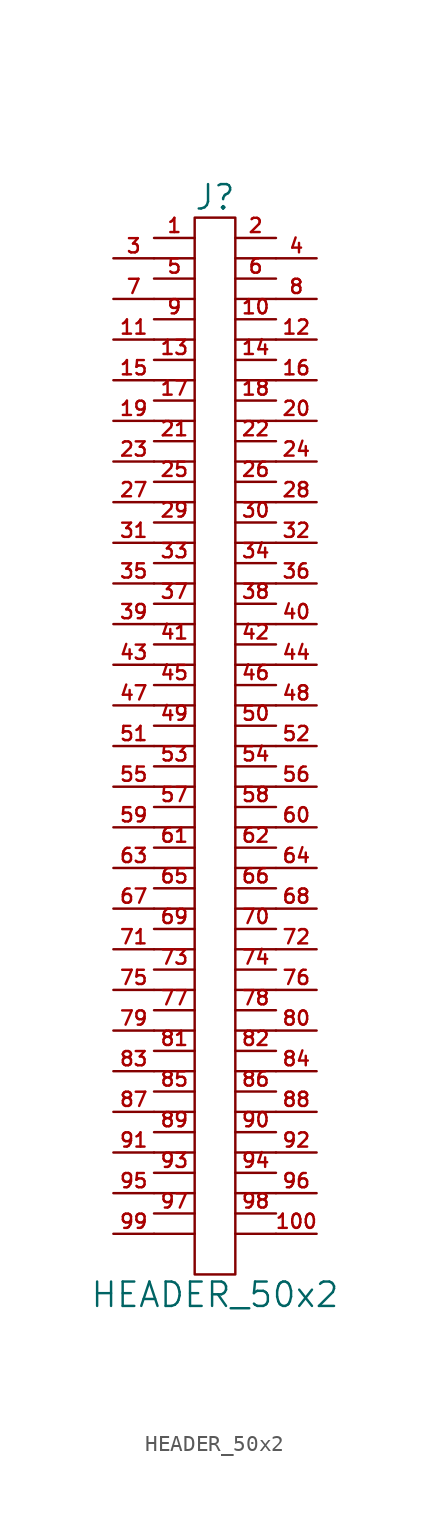
<source format=kicad_sym>
(kicad_symbol_lib
  (version 20211014)
  (generator kicad_symbol_editor)
  (symbol "HEADER_50x2"
    (pin_names
      (offset 0))
    (property "Reference" "J"
      (at 0 34.29 0)
      (effects (font (size 1.524 1.524))))
    (property "Value" "HEADER_50x2"
      (at 0 -34.29 0)
      (effects (font (size 1.524 1.524))))
    (property "Footprint" ""
      (at 0 7.62 0)
      (effects (font (size 1.524 1.524))))
    (property "Datasheet" ""
      (at 0 7.62 0)
      (effects (font (size 1.524 1.524))))
    (symbol "HEADER_50x2_0_1"
      (rectangle (start -1.27 33.02) (end 1.27 -33.02) (stroke (width 0) (type default) (color 0 0 0 0)) (fill (type none)))
      (polyline (pts (xy -3.81 -30.48) (xy -1.27 -30.48)) (stroke (width 0) (type default) (color 0 0 0 0)) (fill (type none)))
      (polyline (pts (xy -3.81 -27.94) (xy -1.27 -27.94)) (stroke (width 0) (type default) (color 0 0 0 0)) (fill (type none)))
      (polyline (pts (xy -3.81 -25.4) (xy -1.27 -25.4)) (stroke (width 0) (type default) (color 0 0 0 0)) (fill (type none)))
      (polyline (pts (xy -3.81 -22.86) (xy -1.27 -22.86)) (stroke (width 0) (type default) (color 0 0 0 0)) (fill (type none)))
      (polyline (pts (xy -3.81 -20.32) (xy -1.27 -20.32)) (stroke (width 0) (type default) (color 0 0 0 0)) (fill (type none)))
      (polyline (pts (xy -3.81 -17.78) (xy -1.27 -17.78)) (stroke (width 0) (type default) (color 0 0 0 0)) (fill (type none)))
      (polyline (pts (xy -3.81 -15.24) (xy -1.27 -15.24)) (stroke (width 0) (type default) (color 0 0 0 0)) (fill (type none)))
      (polyline (pts (xy -3.81 -12.7) (xy -1.27 -12.7)) (stroke (width 0) (type default) (color 0 0 0 0)) (fill (type none)))
      (polyline (pts (xy -3.81 -10.16) (xy -1.27 -10.16)) (stroke (width 0) (type default) (color 0 0 0 0)) (fill (type none)))
      (polyline (pts (xy -3.81 -7.62) (xy -1.27 -7.62)) (stroke (width 0) (type default) (color 0 0 0 0)) (fill (type none)))
      (polyline (pts (xy -3.81 -5.08) (xy -1.27 -5.08)) (stroke (width 0) (type default) (color 0 0 0 0)) (fill (type none)))
      (polyline (pts (xy -3.81 -2.54) (xy -1.27 -2.54)) (stroke (width 0) (type default) (color 0 0 0 0)) (fill (type none)))
      (polyline (pts (xy -3.81 0) (xy -1.27 0)) (stroke (width 0) (type default) (color 0 0 0 0)) (fill (type none)))
      (polyline (pts (xy -3.81 2.54) (xy -1.27 2.54)) (stroke (width 0) (type default) (color 0 0 0 0)) (fill (type none)))
      (polyline (pts (xy -3.81 5.08) (xy -1.27 5.08)) (stroke (width 0) (type default) (color 0 0 0 0)) (fill (type none)))
      (polyline (pts (xy -3.81 7.62) (xy -1.27 7.62)) (stroke (width 0) (type default) (color 0 0 0 0)) (fill (type none)))
      (polyline (pts (xy -3.81 10.16) (xy -1.27 10.16)) (stroke (width 0) (type default) (color 0 0 0 0)) (fill (type none)))
      (polyline (pts (xy -3.81 12.7) (xy -1.27 12.7)) (stroke (width 0) (type default) (color 0 0 0 0)) (fill (type none)))
      (polyline (pts (xy -3.81 15.24) (xy -1.27 15.24)) (stroke (width 0) (type default) (color 0 0 0 0)) (fill (type none)))
      (polyline (pts (xy -3.81 17.78) (xy -1.27 17.78)) (stroke (width 0) (type default) (color 0 0 0 0)) (fill (type none)))
      (polyline (pts (xy -3.81 20.32) (xy -1.27 20.32)) (stroke (width 0) (type default) (color 0 0 0 0)) (fill (type none)))
      (polyline (pts (xy -3.81 22.86) (xy -1.27 22.86)) (stroke (width 0) (type default) (color 0 0 0 0)) (fill (type none)))
      (polyline (pts (xy -3.81 25.4) (xy -1.27 25.4)) (stroke (width 0) (type default) (color 0 0 0 0)) (fill (type none)))
      (polyline (pts (xy -3.81 27.94) (xy -1.27 27.94)) (stroke (width 0) (type default) (color 0 0 0 0)) (fill (type none)))
      (polyline (pts (xy -3.81 30.48) (xy -1.27 30.48)) (stroke (width 0) (type default) (color 0 0 0 0)) (fill (type none)))
      (polyline (pts (xy 1.27 -30.48) (xy 3.81 -30.48)) (stroke (width 0) (type default) (color 0 0 0 0)) (fill (type none)))
      (polyline (pts (xy 1.27 -27.94) (xy 3.81 -27.94)) (stroke (width 0) (type default) (color 0 0 0 0)) (fill (type none)))
      (polyline (pts (xy 1.27 -25.4) (xy 3.81 -25.4)) (stroke (width 0) (type default) (color 0 0 0 0)) (fill (type none)))
      (polyline (pts (xy 1.27 -22.86) (xy 3.81 -22.86)) (stroke (width 0) (type default) (color 0 0 0 0)) (fill (type none)))
      (polyline (pts (xy 1.27 -20.32) (xy 3.81 -20.32)) (stroke (width 0) (type default) (color 0 0 0 0)) (fill (type none)))
      (polyline (pts (xy 1.27 -17.78) (xy 3.81 -17.78)) (stroke (width 0) (type default) (color 0 0 0 0)) (fill (type none)))
      (polyline (pts (xy 1.27 -15.24) (xy 3.81 -15.24)) (stroke (width 0) (type default) (color 0 0 0 0)) (fill (type none)))
      (polyline (pts (xy 1.27 -12.7) (xy 3.81 -12.7)) (stroke (width 0) (type default) (color 0 0 0 0)) (fill (type none)))
      (polyline (pts (xy 1.27 -10.16) (xy 3.81 -10.16)) (stroke (width 0) (type default) (color 0 0 0 0)) (fill (type none)))
      (polyline (pts (xy 1.27 -7.62) (xy 3.81 -7.62)) (stroke (width 0) (type default) (color 0 0 0 0)) (fill (type none)))
      (polyline (pts (xy 1.27 -5.08) (xy 3.81 -5.08)) (stroke (width 0) (type default) (color 0 0 0 0)) (fill (type none)))
      (polyline (pts (xy 1.27 -2.54) (xy 3.81 -2.54)) (stroke (width 0) (type default) (color 0 0 0 0)) (fill (type none)))
      (polyline (pts (xy 1.27 0) (xy 3.81 0)) (stroke (width 0) (type default) (color 0 0 0 0)) (fill (type none)))
      (polyline (pts (xy 1.27 2.54) (xy 3.81 2.54)) (stroke (width 0) (type default) (color 0 0 0 0)) (fill (type none)))
      (polyline (pts (xy 1.27 5.08) (xy 3.81 5.08)) (stroke (width 0) (type default) (color 0 0 0 0)) (fill (type none)))
      (polyline (pts (xy 1.27 7.62) (xy 3.81 7.62)) (stroke (width 0) (type default) (color 0 0 0 0)) (fill (type none)))
      (polyline (pts (xy 1.27 10.16) (xy 3.81 10.16)) (stroke (width 0) (type default) (color 0 0 0 0)) (fill (type none)))
      (polyline (pts (xy 1.27 12.7) (xy 3.81 12.7)) (stroke (width 0) (type default) (color 0 0 0 0)) (fill (type none)))
      (polyline (pts (xy 1.27 15.24) (xy 3.81 15.24)) (stroke (width 0) (type default) (color 0 0 0 0)) (fill (type none)))
      (polyline (pts (xy 1.27 17.78) (xy 3.81 17.78)) (stroke (width 0) (type default) (color 0 0 0 0)) (fill (type none)))
      (polyline (pts (xy 1.27 20.32) (xy 3.81 20.32)) (stroke (width 0) (type default) (color 0 0 0 0)) (fill (type none)))
      (polyline (pts (xy 1.27 22.86) (xy 3.81 22.86)) (stroke (width 0) (type default) (color 0 0 0 0)) (fill (type none)))
      (polyline (pts (xy 1.27 25.4) (xy 3.81 25.4)) (stroke (width 0) (type default) (color 0 0 0 0)) (fill (type none)))
      (polyline (pts (xy 1.27 27.94) (xy 3.81 27.94)) (stroke (width 0) (type default) (color 0 0 0 0)) (fill (type none)))
      (polyline (pts (xy 1.27 30.48) (xy 3.81 30.48)) (stroke (width 0) (type default) (color 0 0 0 0)) (fill (type none))))
    (symbol "HEADER_50x2_1_1"
      (pin passive line (at -3.81 31.75 0) (length 2.54) (name "~" (effects (font (size 1.27 1.27)))) (number "1" (effects (font (size 0.889 0.889)))))
      (pin passive line (at 3.81 26.67 180) (length 2.54) (name "~" (effects (font (size 1.27 1.27)))) (number "10" (effects (font (size 0.889 0.889)))))
      (pin passive line (at 6.35 -30.48 180) (length 2.54) (name "~" (effects (font (size 1.27 1.27)))) (number "100" (effects (font (size 0.889 0.889)))))
      (pin passive line (at -6.35 25.4 0) (length 2.54) (name "~" (effects (font (size 1.27 1.27)))) (number "11" (effects (font (size 0.889 0.889)))))
      (pin passive line (at 6.35 25.4 180) (length 2.54) (name "~" (effects (font (size 1.27 1.27)))) (number "12" (effects (font (size 0.889 0.889)))))
      (pin passive line (at -3.81 24.13 0) (length 2.54) (name "~" (effects (font (size 1.27 1.27)))) (number "13" (effects (font (size 0.889 0.889)))))
      (pin passive line (at 3.81 24.13 180) (length 2.54) (name "~" (effects (font (size 1.27 1.27)))) (number "14" (effects (font (size 0.889 0.889)))))
      (pin passive line (at -6.35 22.86 0) (length 2.54) (name "~" (effects (font (size 1.27 1.27)))) (number "15" (effects (font (size 0.889 0.889)))))
      (pin passive line (at 6.35 22.86 180) (length 2.54) (name "~" (effects (font (size 1.27 1.27)))) (number "16" (effects (font (size 0.889 0.889)))))
      (pin passive line (at -3.81 21.59 0) (length 2.54) (name "~" (effects (font (size 1.27 1.27)))) (number "17" (effects (font (size 0.889 0.889)))))
      (pin passive line (at 3.81 21.59 180) (length 2.54) (name "~" (effects (font (size 1.27 1.27)))) (number "18" (effects (font (size 0.889 0.889)))))
      (pin passive line (at -6.35 20.32 0) (length 2.54) (name "~" (effects (font (size 1.27 1.27)))) (number "19" (effects (font (size 0.889 0.889)))))
      (pin passive line (at 3.81 31.75 180) (length 2.54) (name "~" (effects (font (size 1.27 1.27)))) (number "2" (effects (font (size 0.889 0.889)))))
      (pin passive line (at 6.35 20.32 180) (length 2.54) (name "~" (effects (font (size 1.27 1.27)))) (number "20" (effects (font (size 0.889 0.889)))))
      (pin passive line (at -3.81 19.05 0) (length 2.54) (name "~" (effects (font (size 1.27 1.27)))) (number "21" (effects (font (size 0.889 0.889)))))
      (pin passive line (at 3.81 19.05 180) (length 2.54) (name "~" (effects (font (size 1.27 1.27)))) (number "22" (effects (font (size 0.889 0.889)))))
      (pin passive line (at -6.35 17.78 0) (length 2.54) (name "~" (effects (font (size 1.27 1.27)))) (number "23" (effects (font (size 0.889 0.889)))))
      (pin passive line (at 6.35 17.78 180) (length 2.54) (name "~" (effects (font (size 1.27 1.27)))) (number "24" (effects (font (size 0.889 0.889)))))
      (pin passive line (at -3.81 16.51 0) (length 2.54) (name "~" (effects (font (size 1.27 1.27)))) (number "25" (effects (font (size 0.889 0.889)))))
      (pin passive line (at 3.81 16.51 180) (length 2.54) (name "~" (effects (font (size 1.27 1.27)))) (number "26" (effects (font (size 0.889 0.889)))))
      (pin passive line (at -6.35 15.24 0) (length 2.54) (name "~" (effects (font (size 1.27 1.27)))) (number "27" (effects (font (size 0.889 0.889)))))
      (pin passive line (at 6.35 15.24 180) (length 2.54) (name "~" (effects (font (size 1.27 1.27)))) (number "28" (effects (font (size 0.889 0.889)))))
      (pin passive line (at -3.81 13.97 0) (length 2.54) (name "~" (effects (font (size 1.27 1.27)))) (number "29" (effects (font (size 0.889 0.889)))))
      (pin passive line (at -6.35 30.48 0) (length 2.54) (name "~" (effects (font (size 1.27 1.27)))) (number "3" (effects (font (size 0.889 0.889)))))
      (pin passive line (at 3.81 13.97 180) (length 2.54) (name "~" (effects (font (size 1.27 1.27)))) (number "30" (effects (font (size 0.889 0.889)))))
      (pin passive line (at -6.35 12.7 0) (length 2.54) (name "~" (effects (font (size 1.27 1.27)))) (number "31" (effects (font (size 0.889 0.889)))))
      (pin passive line (at 6.35 12.7 180) (length 2.54) (name "~" (effects (font (size 1.27 1.27)))) (number "32" (effects (font (size 0.889 0.889)))))
      (pin passive line (at -3.81 11.43 0) (length 2.54) (name "~" (effects (font (size 1.27 1.27)))) (number "33" (effects (font (size 0.889 0.889)))))
      (pin passive line (at 3.81 11.43 180) (length 2.54) (name "~" (effects (font (size 1.27 1.27)))) (number "34" (effects (font (size 0.889 0.889)))))
      (pin passive line (at -6.35 10.16 0) (length 2.54) (name "~" (effects (font (size 1.27 1.27)))) (number "35" (effects (font (size 0.889 0.889)))))
      (pin passive line (at 6.35 10.16 180) (length 2.54) (name "~" (effects (font (size 1.27 1.27)))) (number "36" (effects (font (size 0.889 0.889)))))
      (pin passive line (at -3.81 8.89 0) (length 2.54) (name "~" (effects (font (size 0.889 0.889)))) (number "37" (effects (font (size 0.889 0.889)))))
      (pin passive line (at 3.81 8.89 180) (length 2.54) (name "~" (effects (font (size 1.27 1.27)))) (number "38" (effects (font (size 0.889 0.889)))))
      (pin passive line (at -6.35 7.62 0) (length 2.54) (name "~" (effects (font (size 1.27 1.27)))) (number "39" (effects (font (size 0.889 0.889)))))
      (pin passive line (at 6.35 30.48 180) (length 2.54) (name "~" (effects (font (size 1.27 1.27)))) (number "4" (effects (font (size 0.889 0.889)))))
      (pin passive line (at 6.35 7.62 180) (length 2.54) (name "~" (effects (font (size 1.27 1.27)))) (number "40" (effects (font (size 0.889 0.889)))))
      (pin passive line (at -3.81 6.35 0) (length 2.54) (name "~" (effects (font (size 1.27 1.27)))) (number "41" (effects (font (size 0.889 0.889)))))
      (pin passive line (at 3.81 6.35 180) (length 2.54) (name "~" (effects (font (size 1.27 1.27)))) (number "42" (effects (font (size 0.889 0.889)))))
      (pin passive line (at -6.35 5.08 0) (length 2.54) (name "~" (effects (font (size 1.27 1.27)))) (number "43" (effects (font (size 0.889 0.889)))))
      (pin passive line (at 6.35 5.08 180) (length 2.54) (name "~" (effects (font (size 1.27 1.27)))) (number "44" (effects (font (size 0.889 0.889)))))
      (pin passive line (at -3.81 3.81 0) (length 2.54) (name "~" (effects (font (size 1.27 1.27)))) (number "45" (effects (font (size 0.889 0.889)))))
      (pin passive line (at 3.81 3.81 180) (length 2.54) (name "~" (effects (font (size 1.27 1.27)))) (number "46" (effects (font (size 0.889 0.889)))))
      (pin passive line (at -6.35 2.54 0) (length 2.54) (name "~" (effects (font (size 1.27 1.27)))) (number "47" (effects (font (size 0.889 0.889)))))
      (pin passive line (at 6.35 2.54 180) (length 2.54) (name "~" (effects (font (size 1.27 1.27)))) (number "48" (effects (font (size 0.889 0.889)))))
      (pin passive line (at -3.81 1.27 0) (length 2.54) (name "~" (effects (font (size 1.27 1.27)))) (number "49" (effects (font (size 0.889 0.889)))))
      (pin passive line (at -3.81 29.21 0) (length 2.54) (name "~" (effects (font (size 1.27 1.27)))) (number "5" (effects (font (size 0.889 0.889)))))
      (pin passive line (at 3.81 1.27 180) (length 2.54) (name "~" (effects (font (size 1.27 1.27)))) (number "50" (effects (font (size 0.889 0.889)))))
      (pin passive line (at -6.35 0 0) (length 2.54) (name "~" (effects (font (size 1.27 1.27)))) (number "51" (effects (font (size 0.889 0.889)))))
      (pin passive line (at 6.35 0 180) (length 2.54) (name "~" (effects (font (size 1.27 1.27)))) (number "52" (effects (font (size 0.889 0.889)))))
      (pin passive line (at -3.81 -1.27 0) (length 2.54) (name "~" (effects (font (size 1.27 1.27)))) (number "53" (effects (font (size 0.889 0.889)))))
      (pin passive line (at 3.81 -1.27 180) (length 2.54) (name "~" (effects (font (size 1.27 1.27)))) (number "54" (effects (font (size 0.889 0.889)))))
      (pin passive line (at -6.35 -2.54 0) (length 2.54) (name "~" (effects (font (size 1.27 1.27)))) (number "55" (effects (font (size 0.889 0.889)))))
      (pin passive line (at 6.35 -2.54 180) (length 2.54) (name "~" (effects (font (size 1.27 1.27)))) (number "56" (effects (font (size 0.889 0.889)))))
      (pin passive line (at -3.81 -3.81 0) (length 2.54) (name "~" (effects (font (size 1.27 1.27)))) (number "57" (effects (font (size 0.889 0.889)))))
      (pin passive line (at 3.81 -3.81 180) (length 2.54) (name "~" (effects (font (size 1.27 1.27)))) (number "58" (effects (font (size 0.889 0.889)))))
      (pin passive line (at -6.35 -5.08 0) (length 2.54) (name "~" (effects (font (size 1.27 1.27)))) (number "59" (effects (font (size 0.889 0.889)))))
      (pin passive line (at 3.81 29.21 180) (length 2.54) (name "~" (effects (font (size 1.27 1.27)))) (number "6" (effects (font (size 0.889 0.889)))))
      (pin passive line (at 6.35 -5.08 180) (length 2.54) (name "~" (effects (font (size 1.27 1.27)))) (number "60" (effects (font (size 0.889 0.889)))))
      (pin passive line (at -3.81 -6.35 0) (length 2.54) (name "~" (effects (font (size 1.27 1.27)))) (number "61" (effects (font (size 0.889 0.889)))))
      (pin passive line (at 3.81 -6.35 180) (length 2.54) (name "~" (effects (font (size 1.27 1.27)))) (number "62" (effects (font (size 0.889 0.889)))))
      (pin passive line (at -6.35 -7.62 0) (length 2.54) (name "~" (effects (font (size 1.27 1.27)))) (number "63" (effects (font (size 0.889 0.889)))))
      (pin passive line (at 6.35 -7.62 180) (length 2.54) (name "~" (effects (font (size 1.27 1.27)))) (number "64" (effects (font (size 0.889 0.889)))))
      (pin passive line (at -3.81 -8.89 0) (length 2.54) (name "~" (effects (font (size 1.27 1.27)))) (number "65" (effects (font (size 0.889 0.889)))))
      (pin passive line (at 3.81 -8.89 180) (length 2.54) (name "~" (effects (font (size 1.27 1.27)))) (number "66" (effects (font (size 0.889 0.889)))))
      (pin passive line (at -6.35 -10.16 0) (length 2.54) (name "~" (effects (font (size 1.27 1.27)))) (number "67" (effects (font (size 0.889 0.889)))))
      (pin passive line (at 6.35 -10.16 180) (length 2.54) (name "~" (effects (font (size 1.27 1.27)))) (number "68" (effects (font (size 0.889 0.889)))))
      (pin passive line (at -3.81 -11.43 0) (length 2.54) (name "~" (effects (font (size 1.27 1.27)))) (number "69" (effects (font (size 0.889 0.889)))))
      (pin passive line (at -6.35 27.94 0) (length 2.54) (name "~" (effects (font (size 1.27 1.27)))) (number "7" (effects (font (size 0.889 0.889)))))
      (pin passive line (at 3.81 -11.43 180) (length 2.54) (name "~" (effects (font (size 1.27 1.27)))) (number "70" (effects (font (size 0.889 0.889)))))
      (pin passive line (at -6.35 -12.7 0) (length 2.54) (name "~" (effects (font (size 1.27 1.27)))) (number "71" (effects (font (size 0.889 0.889)))))
      (pin passive line (at 6.35 -12.7 180) (length 2.54) (name "~" (effects (font (size 1.27 1.27)))) (number "72" (effects (font (size 0.889 0.889)))))
      (pin passive line (at -3.81 -13.97 0) (length 2.54) (name "~" (effects (font (size 1.27 1.27)))) (number "73" (effects (font (size 0.889 0.889)))))
      (pin passive line (at 3.81 -13.97 180) (length 2.54) (name "~" (effects (font (size 1.27 1.27)))) (number "74" (effects (font (size 0.889 0.889)))))
      (pin passive line (at -6.35 -15.24 0) (length 2.54) (name "~" (effects (font (size 1.27 1.27)))) (number "75" (effects (font (size 0.889 0.889)))))
      (pin passive line (at 6.35 -15.24 180) (length 2.54) (name "~" (effects (font (size 1.27 1.27)))) (number "76" (effects (font (size 0.889 0.889)))))
      (pin passive line (at -3.81 -16.51 0) (length 2.54) (name "~" (effects (font (size 1.27 1.27)))) (number "77" (effects (font (size 0.889 0.889)))))
      (pin passive line (at 3.81 -16.51 180) (length 2.54) (name "~" (effects (font (size 1.27 1.27)))) (number "78" (effects (font (size 0.889 0.889)))))
      (pin passive line (at -6.35 -17.78 0) (length 2.54) (name "~" (effects (font (size 1.27 1.27)))) (number "79" (effects (font (size 0.889 0.889)))))
      (pin passive line (at 6.35 27.94 180) (length 2.54) (name "~" (effects (font (size 1.27 1.27)))) (number "8" (effects (font (size 0.889 0.889)))))
      (pin passive line (at 6.35 -17.78 180) (length 2.54) (name "~" (effects (font (size 1.27 1.27)))) (number "80" (effects (font (size 0.889 0.889)))))
      (pin passive line (at -3.81 -19.05 0) (length 2.54) (name "~" (effects (font (size 1.27 1.27)))) (number "81" (effects (font (size 0.889 0.889)))))
      (pin passive line (at 3.81 -19.05 180) (length 2.54) (name "~" (effects (font (size 1.27 1.27)))) (number "82" (effects (font (size 0.889 0.889)))))
      (pin passive line (at -6.35 -20.32 0) (length 2.54) (name "~" (effects (font (size 1.27 1.27)))) (number "83" (effects (font (size 0.889 0.889)))))
      (pin passive line (at 6.35 -20.32 180) (length 2.54) (name "~" (effects (font (size 1.27 1.27)))) (number "84" (effects (font (size 0.889 0.889)))))
      (pin passive line (at -3.81 -21.59 0) (length 2.54) (name "~" (effects (font (size 1.27 1.27)))) (number "85" (effects (font (size 0.889 0.889)))))
      (pin passive line (at 3.81 -21.59 180) (length 2.54) (name "~" (effects (font (size 1.27 1.27)))) (number "86" (effects (font (size 0.889 0.889)))))
      (pin passive line (at -6.35 -22.86 0) (length 2.54) (name "~" (effects (font (size 1.27 1.27)))) (number "87" (effects (font (size 0.889 0.889)))))
      (pin passive line (at 6.35 -22.86 180) (length 2.54) (name "~" (effects (font (size 1.27 1.27)))) (number "88" (effects (font (size 0.889 0.889)))))
      (pin passive line (at -3.81 -24.13 0) (length 2.54) (name "~" (effects (font (size 1.27 1.27)))) (number "89" (effects (font (size 0.889 0.889)))))
      (pin passive line (at -3.81 26.67 0) (length 2.54) (name "~" (effects (font (size 1.27 1.27)))) (number "9" (effects (font (size 0.889 0.889)))))
      (pin passive line (at 3.81 -24.13 180) (length 2.54) (name "~" (effects (font (size 1.27 1.27)))) (number "90" (effects (font (size 0.889 0.889)))))
      (pin passive line (at -6.35 -25.4 0) (length 2.54) (name "~" (effects (font (size 1.27 1.27)))) (number "91" (effects (font (size 0.889 0.889)))))
      (pin passive line (at 6.35 -25.4 180) (length 2.54) (name "~" (effects (font (size 1.27 1.27)))) (number "92" (effects (font (size 0.889 0.889)))))
      (pin passive line (at -3.81 -26.67 0) (length 2.54) (name "~" (effects (font (size 1.27 1.27)))) (number "93" (effects (font (size 0.889 0.889)))))
      (pin passive line (at 3.81 -26.67 180) (length 2.54) (name "~" (effects (font (size 1.27 1.27)))) (number "94" (effects (font (size 0.889 0.889)))))
      (pin passive line (at -6.35 -27.94 0) (length 2.54) (name "~" (effects (font (size 1.27 1.27)))) (number "95" (effects (font (size 0.889 0.889)))))
      (pin passive line (at 6.35 -27.94 180) (length 2.54) (name "~" (effects (font (size 1.27 1.27)))) (number "96" (effects (font (size 0.889 0.889)))))
      (pin passive line (at -3.81 -29.21 0) (length 2.54) (name "~" (effects (font (size 1.27 1.27)))) (number "97" (effects (font (size 0.889 0.889)))))
      (pin passive line (at 3.81 -29.21 180) (length 2.54) (name "~" (effects (font (size 1.27 1.27)))) (number "98" (effects (font (size 0.889 0.889)))))
      (pin passive line (at -6.35 -30.48 0) (length 2.54) (name "~" (effects (font (size 1.27 1.27)))) (number "99" (effects (font (size 0.889 0.889))))))))
</source>
